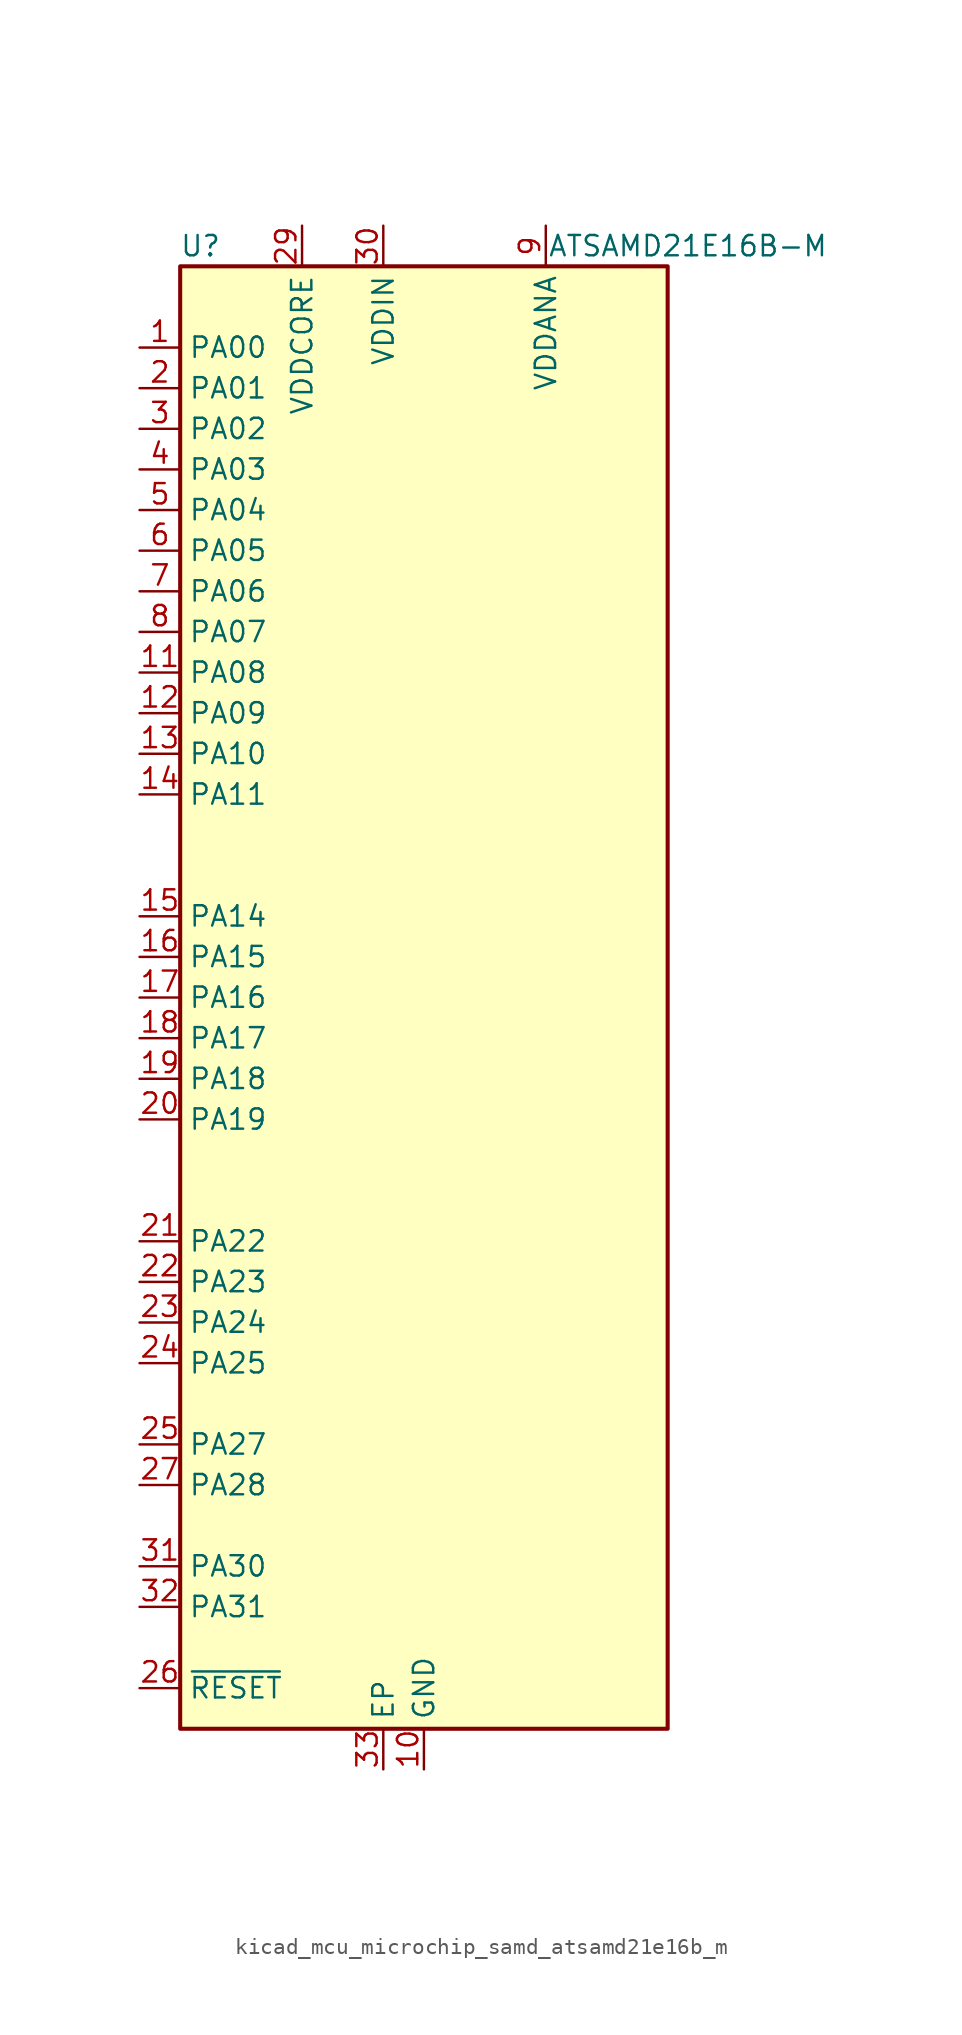
<source format=kicad_sym>
(kicad_symbol_lib
  (version 20220914)
  (generator kicad_symbol_editor)
  (symbol "kicad_mcu_microchip_samd_atsamd21e16b_m"
    (property "Reference" "U"
      (at -13.97 46.99 0)
      (effects (font (size 1.27 1.27))))
    (property "Value" "ATSAMD21E16B-M"
      (at 16.51 46.99 0)
      (effects (font (size 1.27 1.27))))
    (symbol "kicad_mcu_microchip_samd_atsamd21e16b_m_1_1"
      (rectangle (start -15.24 45.72) (end 15.24 -45.72) (stroke (width 0.254) (type default)) (fill (type background)))
      (pin bidirectional line (at -17.78 40.64 0) (length 2.54) (name "PA00" (effects (font (size 1.27 1.27)))) (number "1" (effects (font (size 1.27 1.27)))))
      (pin power_in line (at 0 -48.26 90) (length 2.54) (name "GND" (effects (font (size 1.27 1.27)))) (number "10" (effects (font (size 1.27 1.27)))))
      (pin bidirectional line (at -17.78 20.32 0) (length 2.54) (name "PA08" (effects (font (size 1.27 1.27)))) (number "11" (effects (font (size 1.27 1.27)))))
      (pin bidirectional line (at -17.78 17.78 0) (length 2.54) (name "PA09" (effects (font (size 1.27 1.27)))) (number "12" (effects (font (size 1.27 1.27)))))
      (pin bidirectional line (at -17.78 15.24 0) (length 2.54) (name "PA10" (effects (font (size 1.27 1.27)))) (number "13" (effects (font (size 1.27 1.27)))))
      (pin bidirectional line (at -17.78 12.7 0) (length 2.54) (name "PA11" (effects (font (size 1.27 1.27)))) (number "14" (effects (font (size 1.27 1.27)))))
      (pin bidirectional line (at -17.78 5.08 0) (length 2.54) (name "PA14" (effects (font (size 1.27 1.27)))) (number "15" (effects (font (size 1.27 1.27)))))
      (pin bidirectional line (at -17.78 2.54 0) (length 2.54) (name "PA15" (effects (font (size 1.27 1.27)))) (number "16" (effects (font (size 1.27 1.27)))))
      (pin bidirectional line (at -17.78 0 0) (length 2.54) (name "PA16" (effects (font (size 1.27 1.27)))) (number "17" (effects (font (size 1.27 1.27)))))
      (pin bidirectional line (at -17.78 -2.54 0) (length 2.54) (name "PA17" (effects (font (size 1.27 1.27)))) (number "18" (effects (font (size 1.27 1.27)))))
      (pin bidirectional line (at -17.78 -5.08 0) (length 2.54) (name "PA18" (effects (font (size 1.27 1.27)))) (number "19" (effects (font (size 1.27 1.27)))))
      (pin bidirectional line (at -17.78 38.1 0) (length 2.54) (name "PA01" (effects (font (size 1.27 1.27)))) (number "2" (effects (font (size 1.27 1.27)))))
      (pin bidirectional line (at -17.78 -7.62 0) (length 2.54) (name "PA19" (effects (font (size 1.27 1.27)))) (number "20" (effects (font (size 1.27 1.27)))))
      (pin bidirectional line (at -17.78 -15.24 0) (length 2.54) (name "PA22" (effects (font (size 1.27 1.27)))) (number "21" (effects (font (size 1.27 1.27)))))
      (pin bidirectional line (at -17.78 -17.78 0) (length 2.54) (name "PA23" (effects (font (size 1.27 1.27)))) (number "22" (effects (font (size 1.27 1.27)))))
      (pin bidirectional line (at -17.78 -20.32 0) (length 2.54) (name "PA24" (effects (font (size 1.27 1.27)))) (number "23" (effects (font (size 1.27 1.27)))))
      (pin bidirectional line (at -17.78 -22.86 0) (length 2.54) (name "PA25" (effects (font (size 1.27 1.27)))) (number "24" (effects (font (size 1.27 1.27)))))
      (pin bidirectional line (at -17.78 -27.94 0) (length 2.54) (name "PA27" (effects (font (size 1.27 1.27)))) (number "25" (effects (font (size 1.27 1.27)))))
      (pin input line (at -17.78 -43.18 0) (length 2.54) (name "~{RESET}" (effects (font (size 1.27 1.27)))) (number "26" (effects (font (size 1.27 1.27)))))
      (pin bidirectional line (at -17.78 -30.48 0) (length 2.54) (name "PA28" (effects (font (size 1.27 1.27)))) (number "27" (effects (font (size 1.27 1.27)))))
      (pin passive line (at 0 -48.26 90) (length 2.54) hide (name "GND" (effects (font (size 1.27 1.27)))) (number "28" (effects (font (size 1.27 1.27)))))
      (pin power_out line (at -7.62 48.26 270) (length 2.54) (name "VDDCORE" (effects (font (size 1.27 1.27)))) (number "29" (effects (font (size 1.27 1.27)))))
      (pin bidirectional line (at -17.78 35.56 0) (length 2.54) (name "PA02" (effects (font (size 1.27 1.27)))) (number "3" (effects (font (size 1.27 1.27)))))
      (pin power_in line (at -2.54 48.26 270) (length 2.54) (name "VDDIN" (effects (font (size 1.27 1.27)))) (number "30" (effects (font (size 1.27 1.27)))))
      (pin bidirectional line (at -17.78 -35.56 0) (length 2.54) (name "PA30" (effects (font (size 1.27 1.27)))) (number "31" (effects (font (size 1.27 1.27)))))
      (pin bidirectional line (at -17.78 -38.1 0) (length 2.54) (name "PA31" (effects (font (size 1.27 1.27)))) (number "32" (effects (font (size 1.27 1.27)))))
      (pin passive line (at -2.54 -48.26 90) (length 2.54) (name "EP" (effects (font (size 1.27 1.27)))) (number "33" (effects (font (size 1.27 1.27)))))
      (pin bidirectional line (at -17.78 33.02 0) (length 2.54) (name "PA03" (effects (font (size 1.27 1.27)))) (number "4" (effects (font (size 1.27 1.27)))))
      (pin bidirectional line (at -17.78 30.48 0) (length 2.54) (name "PA04" (effects (font (size 1.27 1.27)))) (number "5" (effects (font (size 1.27 1.27)))))
      (pin bidirectional line (at -17.78 27.94 0) (length 2.54) (name "PA05" (effects (font (size 1.27 1.27)))) (number "6" (effects (font (size 1.27 1.27)))))
      (pin bidirectional line (at -17.78 25.4 0) (length 2.54) (name "PA06" (effects (font (size 1.27 1.27)))) (number "7" (effects (font (size 1.27 1.27)))))
      (pin bidirectional line (at -17.78 22.86 0) (length 2.54) (name "PA07" (effects (font (size 1.27 1.27)))) (number "8" (effects (font (size 1.27 1.27)))))
      (pin power_in line (at 7.62 48.26 270) (length 2.54) (name "VDDANA" (effects (font (size 1.27 1.27)))) (number "9" (effects (font (size 1.27 1.27))))))))
</source>
